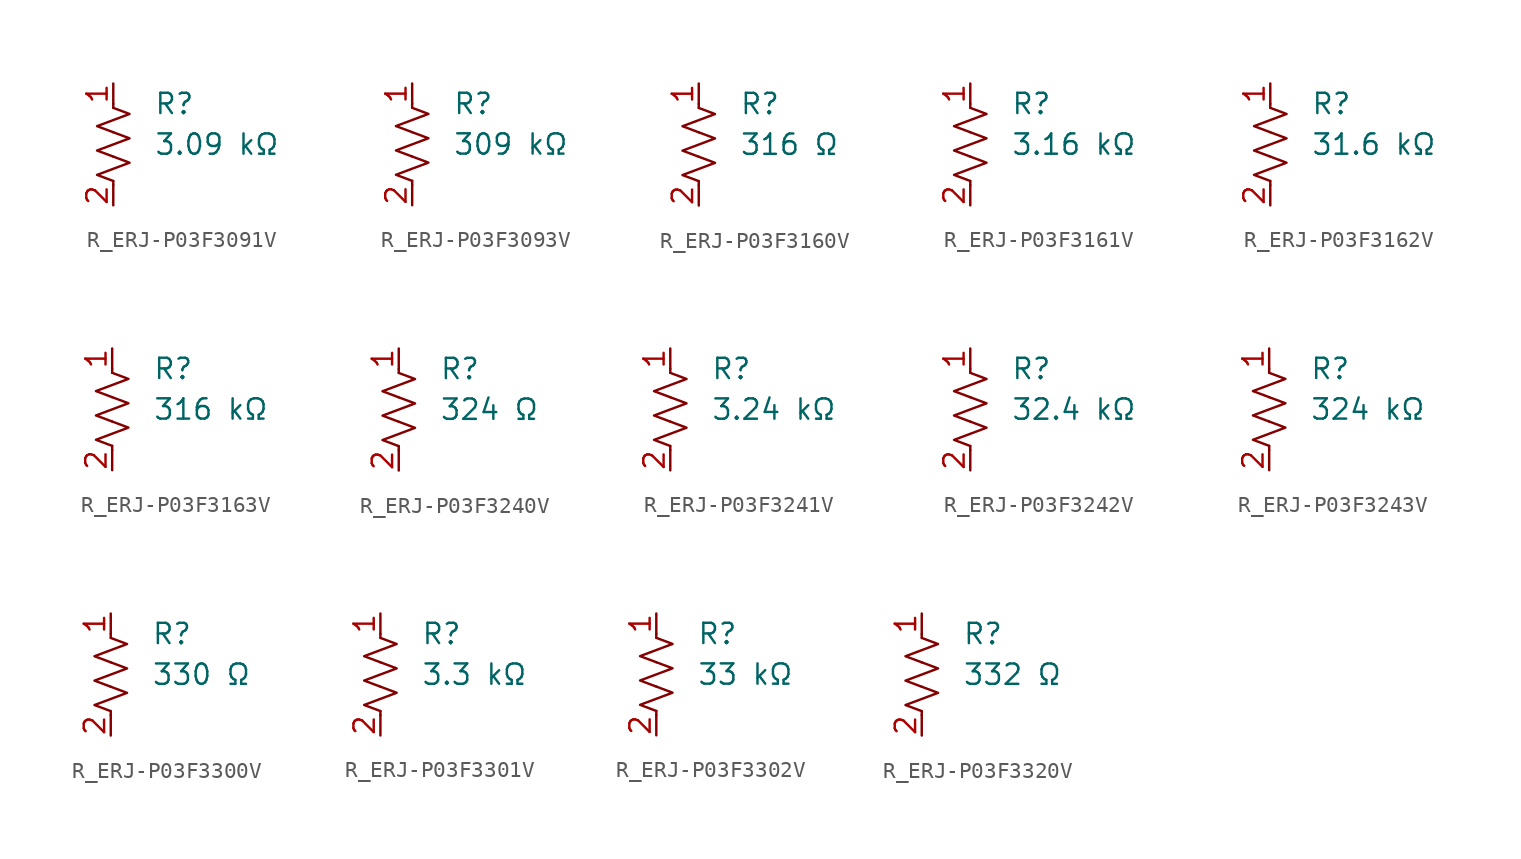
<source format=kicad_sym>
(kicad_symbol_lib
  (version 20231120)
  (generator "kicad_symbol_editor")
  (generator_version "8.0")
  (symbol "R_ERJ-P03F3091V"
    (pin_names
      (offset 0.254))
    (property "Value" "3.09 kΩ"
      (at 2.54 0 0)
      (effects (font (size 1.27 1.27)) (justify left)))
    (property "Reference" "R"
      (at 2.54 2.54 0)
      (effects (font (size 1.27 1.27)) (justify left)))
    (symbol "R_ERJ-P03F3091V_0_1"
      (polyline (pts (xy 0 -2.286) (xy 0 -2.54)) (stroke (width 0) (type default)) (fill (type none)))
      (polyline (pts (xy 0 2.286) (xy 0 2.54)) (stroke (width 0) (type default)) (fill (type none)))
      (polyline (pts (xy 0 -0.762) (xy 1.016 -1.143) (xy 0 -1.524) (xy -1.016 -1.905) (xy 0 -2.286)) (stroke (width 0) (type default)) (fill (type none)))
      (polyline (pts (xy 0 0.762) (xy 1.016 0.381) (xy 0 0) (xy -1.016 -0.381) (xy 0 -0.762)) (stroke (width 0) (type default)) (fill (type none)))
      (polyline (pts (xy 0 2.286) (xy 1.016 1.905) (xy 0 1.524) (xy -1.016 1.143) (xy 0 0.762)) (stroke (width 0) (type default)) (fill (type none))))
    (symbol "R_ERJ-P03F3091V_1_1"
      (pin passive line (at 0 3.81 270) (length 1.27) (name "~" (effects (font (size 1.27 1.27)))) (number "1" (effects (font (size 1.27 1.27)))))
      (pin passive line (at 0 -3.81 90) (length 1.27) (name "~" (effects (font (size 1.27 1.27)))) (number "2" (effects (font (size 1.27 1.27)))))))
  (symbol "R_ERJ-P03F3093V"
    (pin_names
      (offset 0.254))
    (property "Value" "309 kΩ"
      (at 2.54 0 0)
      (effects (font (size 1.27 1.27)) (justify left)))
    (property "Reference" "R"
      (at 2.54 2.54 0)
      (effects (font (size 1.27 1.27)) (justify left)))
    (symbol "R_ERJ-P03F3093V_0_1"
      (polyline (pts (xy 0 -2.286) (xy 0 -2.54)) (stroke (width 0) (type default)) (fill (type none)))
      (polyline (pts (xy 0 2.286) (xy 0 2.54)) (stroke (width 0) (type default)) (fill (type none)))
      (polyline (pts (xy 0 -0.762) (xy 1.016 -1.143) (xy 0 -1.524) (xy -1.016 -1.905) (xy 0 -2.286)) (stroke (width 0) (type default)) (fill (type none)))
      (polyline (pts (xy 0 0.762) (xy 1.016 0.381) (xy 0 0) (xy -1.016 -0.381) (xy 0 -0.762)) (stroke (width 0) (type default)) (fill (type none)))
      (polyline (pts (xy 0 2.286) (xy 1.016 1.905) (xy 0 1.524) (xy -1.016 1.143) (xy 0 0.762)) (stroke (width 0) (type default)) (fill (type none))))
    (symbol "R_ERJ-P03F3093V_1_1"
      (pin passive line (at 0 3.81 270) (length 1.27) (name "~" (effects (font (size 1.27 1.27)))) (number "1" (effects (font (size 1.27 1.27)))))
      (pin passive line (at 0 -3.81 90) (length 1.27) (name "~" (effects (font (size 1.27 1.27)))) (number "2" (effects (font (size 1.27 1.27)))))))
  (symbol "R_ERJ-P03F3160V"
    (pin_names
      (offset 0.254))
    (property "Value" "316 Ω"
      (at 2.54 0 0)
      (effects (font (size 1.27 1.27)) (justify left)))
    (property "Reference" "R"
      (at 2.54 2.54 0)
      (effects (font (size 1.27 1.27)) (justify left)))
    (symbol "R_ERJ-P03F3160V_0_1"
      (polyline (pts (xy 0 -2.286) (xy 0 -2.54)) (stroke (width 0) (type default)) (fill (type none)))
      (polyline (pts (xy 0 2.286) (xy 0 2.54)) (stroke (width 0) (type default)) (fill (type none)))
      (polyline (pts (xy 0 -0.762) (xy 1.016 -1.143) (xy 0 -1.524) (xy -1.016 -1.905) (xy 0 -2.286)) (stroke (width 0) (type default)) (fill (type none)))
      (polyline (pts (xy 0 0.762) (xy 1.016 0.381) (xy 0 0) (xy -1.016 -0.381) (xy 0 -0.762)) (stroke (width 0) (type default)) (fill (type none)))
      (polyline (pts (xy 0 2.286) (xy 1.016 1.905) (xy 0 1.524) (xy -1.016 1.143) (xy 0 0.762)) (stroke (width 0) (type default)) (fill (type none))))
    (symbol "R_ERJ-P03F3160V_1_1"
      (pin passive line (at 0 3.81 270) (length 1.27) (name "~" (effects (font (size 1.27 1.27)))) (number "1" (effects (font (size 1.27 1.27)))))
      (pin passive line (at 0 -3.81 90) (length 1.27) (name "~" (effects (font (size 1.27 1.27)))) (number "2" (effects (font (size 1.27 1.27)))))))
  (symbol "R_ERJ-P03F3161V"
    (pin_names
      (offset 0.254))
    (property "Value" "3.16 kΩ"
      (at 2.54 0 0)
      (effects (font (size 1.27 1.27)) (justify left)))
    (property "Reference" "R"
      (at 2.54 2.54 0)
      (effects (font (size 1.27 1.27)) (justify left)))
    (symbol "R_ERJ-P03F3161V_0_1"
      (polyline (pts (xy 0 -2.286) (xy 0 -2.54)) (stroke (width 0) (type default)) (fill (type none)))
      (polyline (pts (xy 0 2.286) (xy 0 2.54)) (stroke (width 0) (type default)) (fill (type none)))
      (polyline (pts (xy 0 -0.762) (xy 1.016 -1.143) (xy 0 -1.524) (xy -1.016 -1.905) (xy 0 -2.286)) (stroke (width 0) (type default)) (fill (type none)))
      (polyline (pts (xy 0 0.762) (xy 1.016 0.381) (xy 0 0) (xy -1.016 -0.381) (xy 0 -0.762)) (stroke (width 0) (type default)) (fill (type none)))
      (polyline (pts (xy 0 2.286) (xy 1.016 1.905) (xy 0 1.524) (xy -1.016 1.143) (xy 0 0.762)) (stroke (width 0) (type default)) (fill (type none))))
    (symbol "R_ERJ-P03F3161V_1_1"
      (pin passive line (at 0 3.81 270) (length 1.27) (name "~" (effects (font (size 1.27 1.27)))) (number "1" (effects (font (size 1.27 1.27)))))
      (pin passive line (at 0 -3.81 90) (length 1.27) (name "~" (effects (font (size 1.27 1.27)))) (number "2" (effects (font (size 1.27 1.27)))))))
  (symbol "R_ERJ-P03F3162V"
    (pin_names
      (offset 0.254))
    (property "Value" "31.6 kΩ"
      (at 2.54 0 0)
      (effects (font (size 1.27 1.27)) (justify left)))
    (property "Reference" "R"
      (at 2.54 2.54 0)
      (effects (font (size 1.27 1.27)) (justify left)))
    (symbol "R_ERJ-P03F3162V_0_1"
      (polyline (pts (xy 0 -2.286) (xy 0 -2.54)) (stroke (width 0) (type default)) (fill (type none)))
      (polyline (pts (xy 0 2.286) (xy 0 2.54)) (stroke (width 0) (type default)) (fill (type none)))
      (polyline (pts (xy 0 -0.762) (xy 1.016 -1.143) (xy 0 -1.524) (xy -1.016 -1.905) (xy 0 -2.286)) (stroke (width 0) (type default)) (fill (type none)))
      (polyline (pts (xy 0 0.762) (xy 1.016 0.381) (xy 0 0) (xy -1.016 -0.381) (xy 0 -0.762)) (stroke (width 0) (type default)) (fill (type none)))
      (polyline (pts (xy 0 2.286) (xy 1.016 1.905) (xy 0 1.524) (xy -1.016 1.143) (xy 0 0.762)) (stroke (width 0) (type default)) (fill (type none))))
    (symbol "R_ERJ-P03F3162V_1_1"
      (pin passive line (at 0 3.81 270) (length 1.27) (name "~" (effects (font (size 1.27 1.27)))) (number "1" (effects (font (size 1.27 1.27)))))
      (pin passive line (at 0 -3.81 90) (length 1.27) (name "~" (effects (font (size 1.27 1.27)))) (number "2" (effects (font (size 1.27 1.27)))))))
  (symbol "R_ERJ-P03F3163V"
    (pin_names
      (offset 0.254))
    (property "Value" "316 kΩ"
      (at 2.54 0 0)
      (effects (font (size 1.27 1.27)) (justify left)))
    (property "Reference" "R"
      (at 2.54 2.54 0)
      (effects (font (size 1.27 1.27)) (justify left)))
    (symbol "R_ERJ-P03F3163V_0_1"
      (polyline (pts (xy 0 -2.286) (xy 0 -2.54)) (stroke (width 0) (type default)) (fill (type none)))
      (polyline (pts (xy 0 2.286) (xy 0 2.54)) (stroke (width 0) (type default)) (fill (type none)))
      (polyline (pts (xy 0 -0.762) (xy 1.016 -1.143) (xy 0 -1.524) (xy -1.016 -1.905) (xy 0 -2.286)) (stroke (width 0) (type default)) (fill (type none)))
      (polyline (pts (xy 0 0.762) (xy 1.016 0.381) (xy 0 0) (xy -1.016 -0.381) (xy 0 -0.762)) (stroke (width 0) (type default)) (fill (type none)))
      (polyline (pts (xy 0 2.286) (xy 1.016 1.905) (xy 0 1.524) (xy -1.016 1.143) (xy 0 0.762)) (stroke (width 0) (type default)) (fill (type none))))
    (symbol "R_ERJ-P03F3163V_1_1"
      (pin passive line (at 0 3.81 270) (length 1.27) (name "~" (effects (font (size 1.27 1.27)))) (number "1" (effects (font (size 1.27 1.27)))))
      (pin passive line (at 0 -3.81 90) (length 1.27) (name "~" (effects (font (size 1.27 1.27)))) (number "2" (effects (font (size 1.27 1.27)))))))
  (symbol "R_ERJ-P03F3240V"
    (pin_names
      (offset 0.254))
    (property "Value" "324 Ω"
      (at 2.54 0 0)
      (effects (font (size 1.27 1.27)) (justify left)))
    (property "Reference" "R"
      (at 2.54 2.54 0)
      (effects (font (size 1.27 1.27)) (justify left)))
    (symbol "R_ERJ-P03F3240V_0_1"
      (polyline (pts (xy 0 -2.286) (xy 0 -2.54)) (stroke (width 0) (type default)) (fill (type none)))
      (polyline (pts (xy 0 2.286) (xy 0 2.54)) (stroke (width 0) (type default)) (fill (type none)))
      (polyline (pts (xy 0 -0.762) (xy 1.016 -1.143) (xy 0 -1.524) (xy -1.016 -1.905) (xy 0 -2.286)) (stroke (width 0) (type default)) (fill (type none)))
      (polyline (pts (xy 0 0.762) (xy 1.016 0.381) (xy 0 0) (xy -1.016 -0.381) (xy 0 -0.762)) (stroke (width 0) (type default)) (fill (type none)))
      (polyline (pts (xy 0 2.286) (xy 1.016 1.905) (xy 0 1.524) (xy -1.016 1.143) (xy 0 0.762)) (stroke (width 0) (type default)) (fill (type none))))
    (symbol "R_ERJ-P03F3240V_1_1"
      (pin passive line (at 0 3.81 270) (length 1.27) (name "~" (effects (font (size 1.27 1.27)))) (number "1" (effects (font (size 1.27 1.27)))))
      (pin passive line (at 0 -3.81 90) (length 1.27) (name "~" (effects (font (size 1.27 1.27)))) (number "2" (effects (font (size 1.27 1.27)))))))
  (symbol "R_ERJ-P03F3241V"
    (pin_names
      (offset 0.254))
    (property "Value" "3.24 kΩ"
      (at 2.54 0 0)
      (effects (font (size 1.27 1.27)) (justify left)))
    (property "Reference" "R"
      (at 2.54 2.54 0)
      (effects (font (size 1.27 1.27)) (justify left)))
    (symbol "R_ERJ-P03F3241V_0_1"
      (polyline (pts (xy 0 -2.286) (xy 0 -2.54)) (stroke (width 0) (type default)) (fill (type none)))
      (polyline (pts (xy 0 2.286) (xy 0 2.54)) (stroke (width 0) (type default)) (fill (type none)))
      (polyline (pts (xy 0 -0.762) (xy 1.016 -1.143) (xy 0 -1.524) (xy -1.016 -1.905) (xy 0 -2.286)) (stroke (width 0) (type default)) (fill (type none)))
      (polyline (pts (xy 0 0.762) (xy 1.016 0.381) (xy 0 0) (xy -1.016 -0.381) (xy 0 -0.762)) (stroke (width 0) (type default)) (fill (type none)))
      (polyline (pts (xy 0 2.286) (xy 1.016 1.905) (xy 0 1.524) (xy -1.016 1.143) (xy 0 0.762)) (stroke (width 0) (type default)) (fill (type none))))
    (symbol "R_ERJ-P03F3241V_1_1"
      (pin passive line (at 0 3.81 270) (length 1.27) (name "~" (effects (font (size 1.27 1.27)))) (number "1" (effects (font (size 1.27 1.27)))))
      (pin passive line (at 0 -3.81 90) (length 1.27) (name "~" (effects (font (size 1.27 1.27)))) (number "2" (effects (font (size 1.27 1.27)))))))
  (symbol "R_ERJ-P03F3242V"
    (pin_names
      (offset 0.254))
    (property "Value" "32.4 kΩ"
      (at 2.54 0 0)
      (effects (font (size 1.27 1.27)) (justify left)))
    (property "Reference" "R"
      (at 2.54 2.54 0)
      (effects (font (size 1.27 1.27)) (justify left)))
    (symbol "R_ERJ-P03F3242V_0_1"
      (polyline (pts (xy 0 -2.286) (xy 0 -2.54)) (stroke (width 0) (type default)) (fill (type none)))
      (polyline (pts (xy 0 2.286) (xy 0 2.54)) (stroke (width 0) (type default)) (fill (type none)))
      (polyline (pts (xy 0 -0.762) (xy 1.016 -1.143) (xy 0 -1.524) (xy -1.016 -1.905) (xy 0 -2.286)) (stroke (width 0) (type default)) (fill (type none)))
      (polyline (pts (xy 0 0.762) (xy 1.016 0.381) (xy 0 0) (xy -1.016 -0.381) (xy 0 -0.762)) (stroke (width 0) (type default)) (fill (type none)))
      (polyline (pts (xy 0 2.286) (xy 1.016 1.905) (xy 0 1.524) (xy -1.016 1.143) (xy 0 0.762)) (stroke (width 0) (type default)) (fill (type none))))
    (symbol "R_ERJ-P03F3242V_1_1"
      (pin passive line (at 0 3.81 270) (length 1.27) (name "~" (effects (font (size 1.27 1.27)))) (number "1" (effects (font (size 1.27 1.27)))))
      (pin passive line (at 0 -3.81 90) (length 1.27) (name "~" (effects (font (size 1.27 1.27)))) (number "2" (effects (font (size 1.27 1.27)))))))
  (symbol "R_ERJ-P03F3243V"
    (pin_names
      (offset 0.254))
    (property "Value" "324 kΩ"
      (at 2.54 0 0)
      (effects (font (size 1.27 1.27)) (justify left)))
    (property "Reference" "R"
      (at 2.54 2.54 0)
      (effects (font (size 1.27 1.27)) (justify left)))
    (symbol "R_ERJ-P03F3243V_0_1"
      (polyline (pts (xy 0 -2.286) (xy 0 -2.54)) (stroke (width 0) (type default)) (fill (type none)))
      (polyline (pts (xy 0 2.286) (xy 0 2.54)) (stroke (width 0) (type default)) (fill (type none)))
      (polyline (pts (xy 0 -0.762) (xy 1.016 -1.143) (xy 0 -1.524) (xy -1.016 -1.905) (xy 0 -2.286)) (stroke (width 0) (type default)) (fill (type none)))
      (polyline (pts (xy 0 0.762) (xy 1.016 0.381) (xy 0 0) (xy -1.016 -0.381) (xy 0 -0.762)) (stroke (width 0) (type default)) (fill (type none)))
      (polyline (pts (xy 0 2.286) (xy 1.016 1.905) (xy 0 1.524) (xy -1.016 1.143) (xy 0 0.762)) (stroke (width 0) (type default)) (fill (type none))))
    (symbol "R_ERJ-P03F3243V_1_1"
      (pin passive line (at 0 3.81 270) (length 1.27) (name "~" (effects (font (size 1.27 1.27)))) (number "1" (effects (font (size 1.27 1.27)))))
      (pin passive line (at 0 -3.81 90) (length 1.27) (name "~" (effects (font (size 1.27 1.27)))) (number "2" (effects (font (size 1.27 1.27)))))))
  (symbol "R_ERJ-P03F3300V"
    (pin_names
      (offset 0.254))
    (property "Value" "330 Ω"
      (at 2.54 0 0)
      (effects (font (size 1.27 1.27)) (justify left)))
    (property "Reference" "R"
      (at 2.54 2.54 0)
      (effects (font (size 1.27 1.27)) (justify left)))
    (symbol "R_ERJ-P03F3300V_0_1"
      (polyline (pts (xy 0 -2.286) (xy 0 -2.54)) (stroke (width 0) (type default)) (fill (type none)))
      (polyline (pts (xy 0 2.286) (xy 0 2.54)) (stroke (width 0) (type default)) (fill (type none)))
      (polyline (pts (xy 0 -0.762) (xy 1.016 -1.143) (xy 0 -1.524) (xy -1.016 -1.905) (xy 0 -2.286)) (stroke (width 0) (type default)) (fill (type none)))
      (polyline (pts (xy 0 0.762) (xy 1.016 0.381) (xy 0 0) (xy -1.016 -0.381) (xy 0 -0.762)) (stroke (width 0) (type default)) (fill (type none)))
      (polyline (pts (xy 0 2.286) (xy 1.016 1.905) (xy 0 1.524) (xy -1.016 1.143) (xy 0 0.762)) (stroke (width 0) (type default)) (fill (type none))))
    (symbol "R_ERJ-P03F3300V_1_1"
      (pin passive line (at 0 3.81 270) (length 1.27) (name "~" (effects (font (size 1.27 1.27)))) (number "1" (effects (font (size 1.27 1.27)))))
      (pin passive line (at 0 -3.81 90) (length 1.27) (name "~" (effects (font (size 1.27 1.27)))) (number "2" (effects (font (size 1.27 1.27)))))))
  (symbol "R_ERJ-P03F3301V"
    (pin_names
      (offset 0.254))
    (property "Value" "3.3 kΩ"
      (at 2.54 0 0)
      (effects (font (size 1.27 1.27)) (justify left)))
    (property "Reference" "R"
      (at 2.54 2.54 0)
      (effects (font (size 1.27 1.27)) (justify left)))
    (symbol "R_ERJ-P03F3301V_0_1"
      (polyline (pts (xy 0 -2.286) (xy 0 -2.54)) (stroke (width 0) (type default)) (fill (type none)))
      (polyline (pts (xy 0 2.286) (xy 0 2.54)) (stroke (width 0) (type default)) (fill (type none)))
      (polyline (pts (xy 0 -0.762) (xy 1.016 -1.143) (xy 0 -1.524) (xy -1.016 -1.905) (xy 0 -2.286)) (stroke (width 0) (type default)) (fill (type none)))
      (polyline (pts (xy 0 0.762) (xy 1.016 0.381) (xy 0 0) (xy -1.016 -0.381) (xy 0 -0.762)) (stroke (width 0) (type default)) (fill (type none)))
      (polyline (pts (xy 0 2.286) (xy 1.016 1.905) (xy 0 1.524) (xy -1.016 1.143) (xy 0 0.762)) (stroke (width 0) (type default)) (fill (type none))))
    (symbol "R_ERJ-P03F3301V_1_1"
      (pin passive line (at 0 3.81 270) (length 1.27) (name "~" (effects (font (size 1.27 1.27)))) (number "1" (effects (font (size 1.27 1.27)))))
      (pin passive line (at 0 -3.81 90) (length 1.27) (name "~" (effects (font (size 1.27 1.27)))) (number "2" (effects (font (size 1.27 1.27)))))))
  (symbol "R_ERJ-P03F3302V"
    (pin_names
      (offset 0.254))
    (property "Value" "33 kΩ"
      (at 2.54 0 0)
      (effects (font (size 1.27 1.27)) (justify left)))
    (property "Reference" "R"
      (at 2.54 2.54 0)
      (effects (font (size 1.27 1.27)) (justify left)))
    (symbol "R_ERJ-P03F3302V_0_1"
      (polyline (pts (xy 0 -2.286) (xy 0 -2.54)) (stroke (width 0) (type default)) (fill (type none)))
      (polyline (pts (xy 0 2.286) (xy 0 2.54)) (stroke (width 0) (type default)) (fill (type none)))
      (polyline (pts (xy 0 -0.762) (xy 1.016 -1.143) (xy 0 -1.524) (xy -1.016 -1.905) (xy 0 -2.286)) (stroke (width 0) (type default)) (fill (type none)))
      (polyline (pts (xy 0 0.762) (xy 1.016 0.381) (xy 0 0) (xy -1.016 -0.381) (xy 0 -0.762)) (stroke (width 0) (type default)) (fill (type none)))
      (polyline (pts (xy 0 2.286) (xy 1.016 1.905) (xy 0 1.524) (xy -1.016 1.143) (xy 0 0.762)) (stroke (width 0) (type default)) (fill (type none))))
    (symbol "R_ERJ-P03F3302V_1_1"
      (pin passive line (at 0 3.81 270) (length 1.27) (name "~" (effects (font (size 1.27 1.27)))) (number "1" (effects (font (size 1.27 1.27)))))
      (pin passive line (at 0 -3.81 90) (length 1.27) (name "~" (effects (font (size 1.27 1.27)))) (number "2" (effects (font (size 1.27 1.27)))))))
  (symbol "R_ERJ-P03F3320V"
    (pin_names
      (offset 0.254))
    (property "Value" "332 Ω"
      (at 2.54 0 0)
      (effects (font (size 1.27 1.27)) (justify left)))
    (property "Reference" "R"
      (at 2.54 2.54 0)
      (effects (font (size 1.27 1.27)) (justify left)))
    (symbol "R_ERJ-P03F3320V_0_1"
      (polyline (pts (xy 0 -2.286) (xy 0 -2.54)) (stroke (width 0) (type default)) (fill (type none)))
      (polyline (pts (xy 0 2.286) (xy 0 2.54)) (stroke (width 0) (type default)) (fill (type none)))
      (polyline (pts (xy 0 -0.762) (xy 1.016 -1.143) (xy 0 -1.524) (xy -1.016 -1.905) (xy 0 -2.286)) (stroke (width 0) (type default)) (fill (type none)))
      (polyline (pts (xy 0 0.762) (xy 1.016 0.381) (xy 0 0) (xy -1.016 -0.381) (xy 0 -0.762)) (stroke (width 0) (type default)) (fill (type none)))
      (polyline (pts (xy 0 2.286) (xy 1.016 1.905) (xy 0 1.524) (xy -1.016 1.143) (xy 0 0.762)) (stroke (width 0) (type default)) (fill (type none))))
    (symbol "R_ERJ-P03F3320V_1_1"
      (pin passive line (at 0 3.81 270) (length 1.27) (name "~" (effects (font (size 1.27 1.27)))) (number "1" (effects (font (size 1.27 1.27)))))
      (pin passive line (at 0 -3.81 90) (length 1.27) (name "~" (effects (font (size 1.27 1.27)))) (number "2" (effects (font (size 1.27 1.27))))))))
</source>
